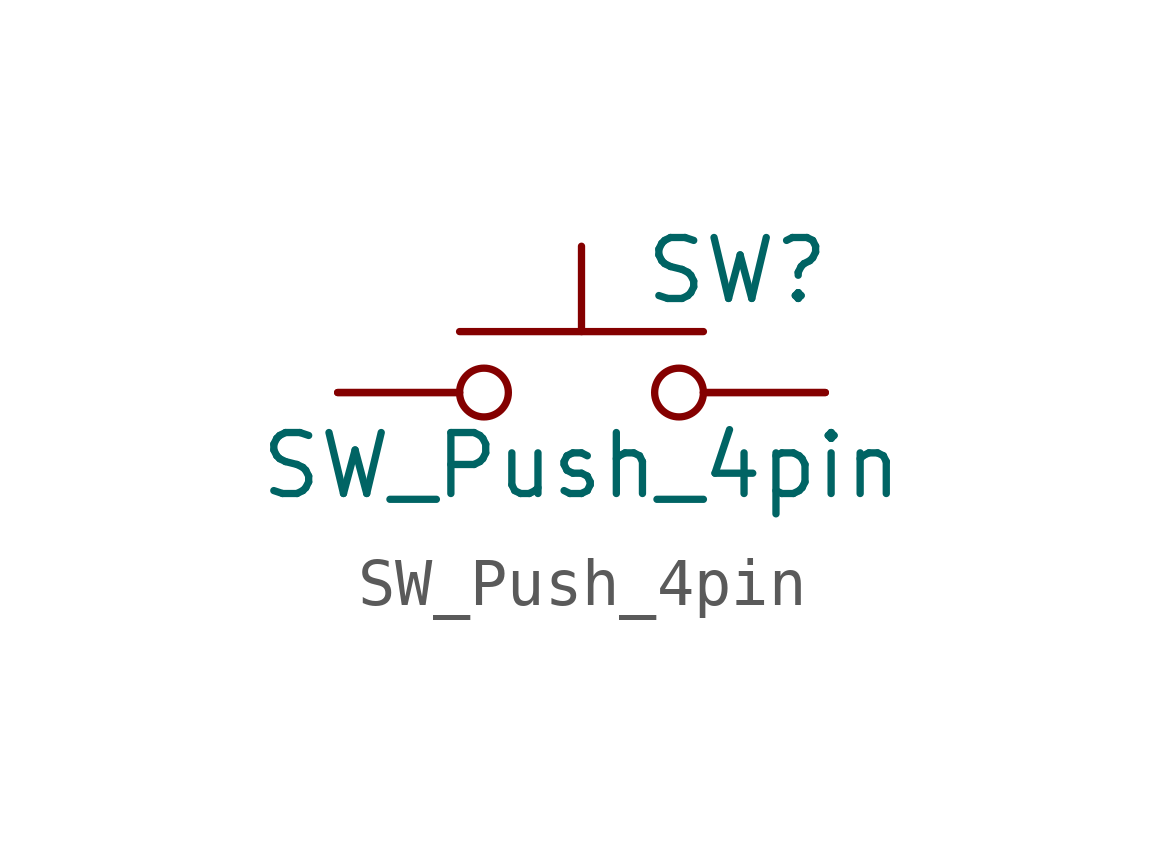
<source format=kicad_sym>
(kicad_symbol_lib
  (version 20200126)
  (host kicad_symbol_editor "(5.99.0-1839-gb83d64fc0)")
  (symbol "Switch_RD:SW_Push_4pin"
    (pin_numbers hide)
    (pin_names hide)
    (property "Reference" "SW"
      (at 1.27 2.54 0)
      (effects (font (size 1.27 1.27)) (justify left)))
    (property "Value" "SW_Push_4pin"
      (at 0 -1.524 0)
      (effects (font (size 1.27 1.27))))
    (symbol "SW_Push_4pin_0_1"
      (circle (center -2.032 0) (radius 0.508) (stroke (width 0)) (fill (type none)))
      (circle (center 2.032 0) (radius 0.508) (stroke (width 0)) (fill (type none)))
      (polyline (pts (xy 0 1.27) (xy 0 3.048)) (stroke (width 0)) (fill (type none)))
      (polyline (pts (xy 2.54 1.27) (xy -2.54 1.27)) (stroke (width 0)) (fill (type none)))
      (pin passive line (at -5.08 0 0) (length 2.54) (name "1" (effects (font (size 1.27 1.27)))) (number "1" (effects (font (size 1.27 1.27)))))
      (pin passive line (at 5.08 0 180) (length 2.54) (name "2" (effects (font (size 1.27 1.27)))) (number "2" (effects (font (size 1.27 1.27)))))
      (pin passive line (at -5.08 0 0) (length 2.54) (name "3" (effects (font (size 1.27 1.27)))) (number "3" (effects (font (size 1.27 1.27)))))
      (pin passive line (at 5.08 0 180) (length 2.54) (name "4" (effects (font (size 1.27 1.27)))) (number "4" (effects (font (size 1.27 1.27))))))))
</source>
